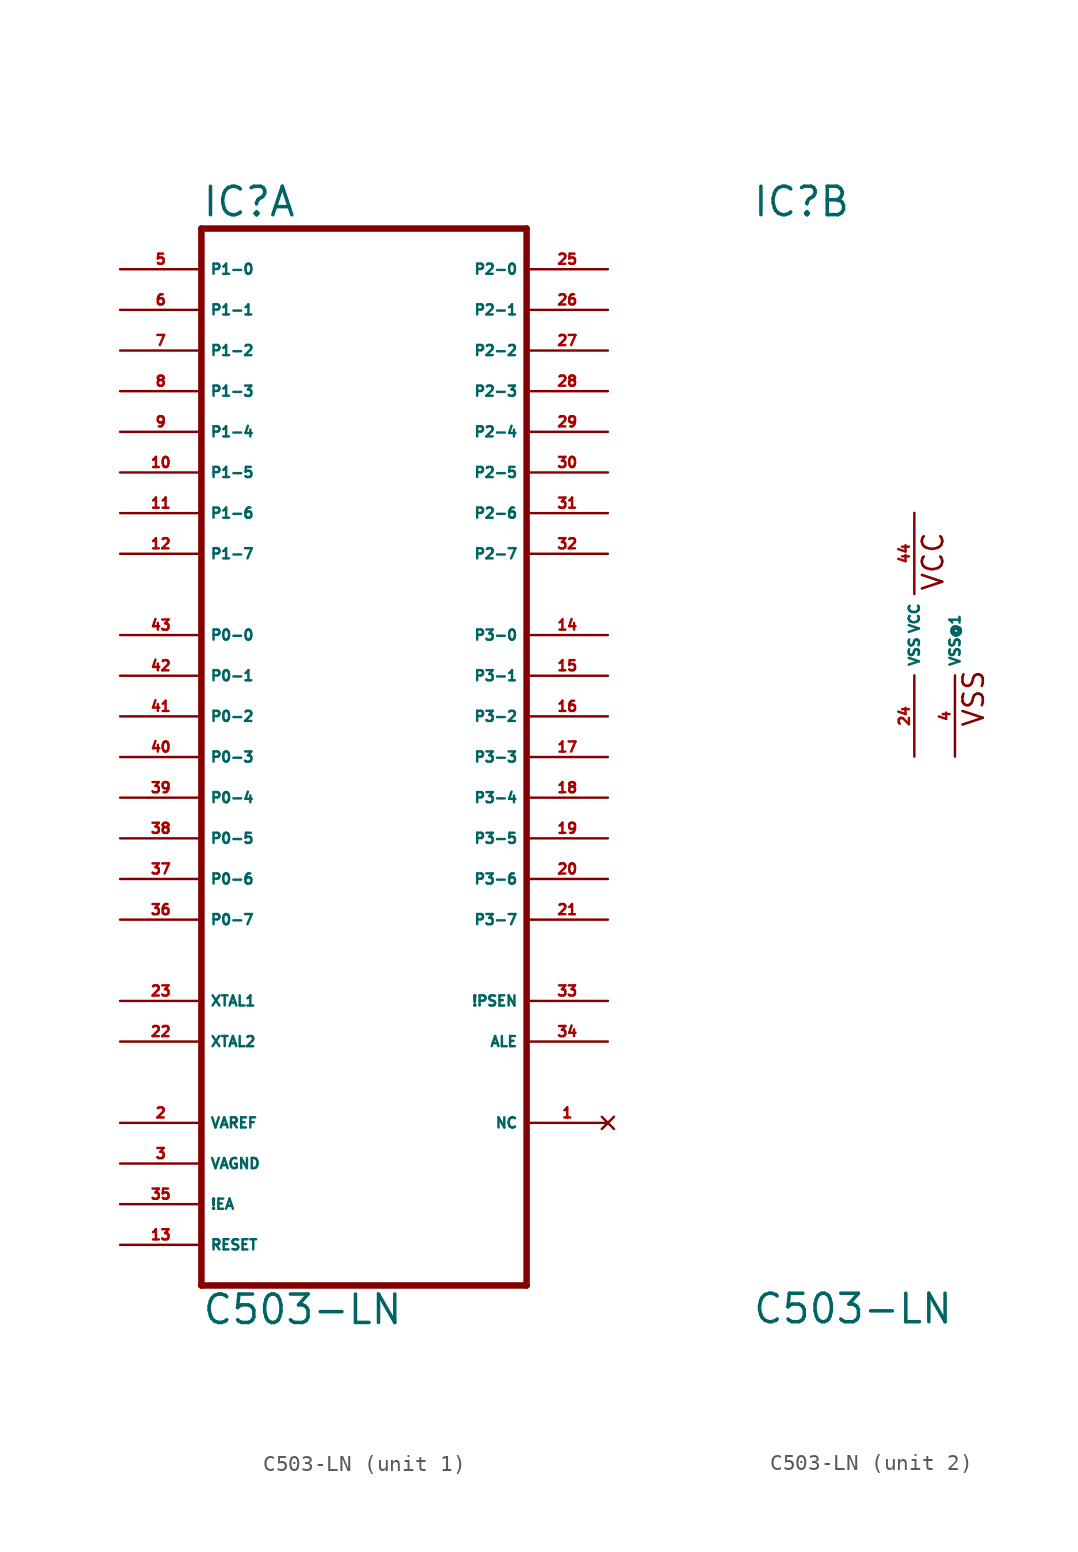
<source format=kicad_sym>
(kicad_symbol_lib
  (version 20220914)
  (generator Eagle2Kicad)
  (symbol "C503-LN"
    (property "Reference" "IC"
      (at -10.16 26.035 0)
      (effects (font (size 1.778 1.778) (thickness 0.22)) (justify left bottom)))
    (property "Value" "C503-LN"
      (at -10.16 -43.18 0)
      (effects (font (size 1.778 1.778) (thickness 0.22)) (justify left bottom)))
    (symbol "C503-LN_1_0"
      (polyline (pts (xy -10.16 -40.64) (xy 10.16 -40.64)) (stroke (width 0.406) (type default)) (fill (type none)))
      (polyline (pts (xy 10.16 -40.64) (xy 10.16 25.4)) (stroke (width 0.406) (type default)) (fill (type none)))
      (polyline (pts (xy 10.16 25.4) (xy -10.16 25.4)) (stroke (width 0.406) (type default)) (fill (type none)))
      (polyline (pts (xy -10.16 25.4) (xy -10.16 -40.64)) (stroke (width 0.406) (type default)) (fill (type none)))
      (pin input line (at -15.24 22.86 0) (length 5.08) (name "P1-0" (effects (font (size 0.635 0.635) (thickness 0.08)) (justify left bottom))) (number "5" (effects (font (size 0.635 0.635) (thickness 0.08)) (justify left bottom))))
      (pin input line (at -15.24 20.32 0) (length 5.08) (name "P1-1" (effects (font (size 0.635 0.635) (thickness 0.08)) (justify left bottom))) (number "6" (effects (font (size 0.635 0.635) (thickness 0.08)) (justify left bottom))))
      (pin input line (at -15.24 17.78 0) (length 5.08) (name "P1-2" (effects (font (size 0.635 0.635) (thickness 0.08)) (justify left bottom))) (number "7" (effects (font (size 0.635 0.635) (thickness 0.08)) (justify left bottom))))
      (pin input line (at -15.24 15.24 0) (length 5.08) (name "P1-3" (effects (font (size 0.635 0.635) (thickness 0.08)) (justify left bottom))) (number "8" (effects (font (size 0.635 0.635) (thickness 0.08)) (justify left bottom))))
      (pin input line (at -15.24 12.7 0) (length 5.08) (name "P1-4" (effects (font (size 0.635 0.635) (thickness 0.08)) (justify left bottom))) (number "9" (effects (font (size 0.635 0.635) (thickness 0.08)) (justify left bottom))))
      (pin input line (at -15.24 10.16 0) (length 5.08) (name "P1-5" (effects (font (size 0.635 0.635) (thickness 0.08)) (justify left bottom))) (number "10" (effects (font (size 0.635 0.635) (thickness 0.08)) (justify left bottom))))
      (pin input line (at -15.24 7.62 0) (length 5.08) (name "P1-6" (effects (font (size 0.635 0.635) (thickness 0.08)) (justify left bottom))) (number "11" (effects (font (size 0.635 0.635) (thickness 0.08)) (justify left bottom))))
      (pin input line (at -15.24 5.08 0) (length 5.08) (name "P1-7" (effects (font (size 0.635 0.635) (thickness 0.08)) (justify left bottom))) (number "12" (effects (font (size 0.635 0.635) (thickness 0.08)) (justify left bottom))))
      (pin bidirectional line (at -15.24 0 0) (length 5.08) (name "P0-0" (effects (font (size 0.635 0.635) (thickness 0.08)) (justify left bottom))) (number "43" (effects (font (size 0.635 0.635) (thickness 0.08)) (justify left bottom))))
      (pin bidirectional line (at -15.24 -2.54 0) (length 5.08) (name "P0-1" (effects (font (size 0.635 0.635) (thickness 0.08)) (justify left bottom))) (number "42" (effects (font (size 0.635 0.635) (thickness 0.08)) (justify left bottom))))
      (pin bidirectional line (at -15.24 -5.08 0) (length 5.08) (name "P0-2" (effects (font (size 0.635 0.635) (thickness 0.08)) (justify left bottom))) (number "41" (effects (font (size 0.635 0.635) (thickness 0.08)) (justify left bottom))))
      (pin bidirectional line (at -15.24 -7.62 0) (length 5.08) (name "P0-3" (effects (font (size 0.635 0.635) (thickness 0.08)) (justify left bottom))) (number "40" (effects (font (size 0.635 0.635) (thickness 0.08)) (justify left bottom))))
      (pin bidirectional line (at -15.24 -10.16 0) (length 5.08) (name "P0-4" (effects (font (size 0.635 0.635) (thickness 0.08)) (justify left bottom))) (number "39" (effects (font (size 0.635 0.635) (thickness 0.08)) (justify left bottom))))
      (pin bidirectional line (at -15.24 -12.7 0) (length 5.08) (name "P0-5" (effects (font (size 0.635 0.635) (thickness 0.08)) (justify left bottom))) (number "38" (effects (font (size 0.635 0.635) (thickness 0.08)) (justify left bottom))))
      (pin bidirectional line (at -15.24 -15.24 0) (length 5.08) (name "P0-6" (effects (font (size 0.635 0.635) (thickness 0.08)) (justify left bottom))) (number "37" (effects (font (size 0.635 0.635) (thickness 0.08)) (justify left bottom))))
      (pin bidirectional line (at -15.24 -17.78 0) (length 5.08) (name "P0-7" (effects (font (size 0.635 0.635) (thickness 0.08)) (justify left bottom))) (number "36" (effects (font (size 0.635 0.635) (thickness 0.08)) (justify left bottom))))
      (pin bidirectional line (at 15.24 22.86 180) (length 5.08) (name "P2-0" (effects (font (size 0.635 0.635) (thickness 0.08)) (justify left bottom))) (number "25" (effects (font (size 0.635 0.635) (thickness 0.08)) (justify left bottom))))
      (pin bidirectional line (at 15.24 20.32 180) (length 5.08) (name "P2-1" (effects (font (size 0.635 0.635) (thickness 0.08)) (justify left bottom))) (number "26" (effects (font (size 0.635 0.635) (thickness 0.08)) (justify left bottom))))
      (pin bidirectional line (at 15.24 17.78 180) (length 5.08) (name "P2-2" (effects (font (size 0.635 0.635) (thickness 0.08)) (justify left bottom))) (number "27" (effects (font (size 0.635 0.635) (thickness 0.08)) (justify left bottom))))
      (pin bidirectional line (at 15.24 15.24 180) (length 5.08) (name "P2-3" (effects (font (size 0.635 0.635) (thickness 0.08)) (justify left bottom))) (number "28" (effects (font (size 0.635 0.635) (thickness 0.08)) (justify left bottom))))
      (pin bidirectional line (at 15.24 12.7 180) (length 5.08) (name "P2-4" (effects (font (size 0.635 0.635) (thickness 0.08)) (justify left bottom))) (number "29" (effects (font (size 0.635 0.635) (thickness 0.08)) (justify left bottom))))
      (pin bidirectional line (at 15.24 10.16 180) (length 5.08) (name "P2-5" (effects (font (size 0.635 0.635) (thickness 0.08)) (justify left bottom))) (number "30" (effects (font (size 0.635 0.635) (thickness 0.08)) (justify left bottom))))
      (pin bidirectional line (at 15.24 7.62 180) (length 5.08) (name "P2-6" (effects (font (size 0.635 0.635) (thickness 0.08)) (justify left bottom))) (number "31" (effects (font (size 0.635 0.635) (thickness 0.08)) (justify left bottom))))
      (pin bidirectional line (at 15.24 5.08 180) (length 5.08) (name "P2-7" (effects (font (size 0.635 0.635) (thickness 0.08)) (justify left bottom))) (number "32" (effects (font (size 0.635 0.635) (thickness 0.08)) (justify left bottom))))
      (pin bidirectional line (at 15.24 0 180) (length 5.08) (name "P3-0" (effects (font (size 0.635 0.635) (thickness 0.08)) (justify left bottom))) (number "14" (effects (font (size 0.635 0.635) (thickness 0.08)) (justify left bottom))))
      (pin bidirectional line (at 15.24 -2.54 180) (length 5.08) (name "P3-1" (effects (font (size 0.635 0.635) (thickness 0.08)) (justify left bottom))) (number "15" (effects (font (size 0.635 0.635) (thickness 0.08)) (justify left bottom))))
      (pin bidirectional line (at 15.24 -5.08 180) (length 5.08) (name "P3-2" (effects (font (size 0.635 0.635) (thickness 0.08)) (justify left bottom))) (number "16" (effects (font (size 0.635 0.635) (thickness 0.08)) (justify left bottom))))
      (pin bidirectional line (at 15.24 -7.62 180) (length 5.08) (name "P3-3" (effects (font (size 0.635 0.635) (thickness 0.08)) (justify left bottom))) (number "17" (effects (font (size 0.635 0.635) (thickness 0.08)) (justify left bottom))))
      (pin bidirectional line (at 15.24 -10.16 180) (length 5.08) (name "P3-4" (effects (font (size 0.635 0.635) (thickness 0.08)) (justify left bottom))) (number "18" (effects (font (size 0.635 0.635) (thickness 0.08)) (justify left bottom))))
      (pin bidirectional line (at 15.24 -12.7 180) (length 5.08) (name "P3-5" (effects (font (size 0.635 0.635) (thickness 0.08)) (justify left bottom))) (number "19" (effects (font (size 0.635 0.635) (thickness 0.08)) (justify left bottom))))
      (pin bidirectional line (at 15.24 -15.24 180) (length 5.08) (name "P3-6" (effects (font (size 0.635 0.635) (thickness 0.08)) (justify left bottom))) (number "20" (effects (font (size 0.635 0.635) (thickness 0.08)) (justify left bottom))))
      (pin bidirectional line (at 15.24 -17.78 180) (length 5.08) (name "P3-7" (effects (font (size 0.635 0.635) (thickness 0.08)) (justify left bottom))) (number "21" (effects (font (size 0.635 0.635) (thickness 0.08)) (justify left bottom))))
      (pin passive line (at -15.24 -22.86 0) (length 5.08) (name "XTAL1" (effects (font (size 0.635 0.635) (thickness 0.08)) (justify left bottom))) (number "23" (effects (font (size 0.635 0.635) (thickness 0.08)) (justify left bottom))))
      (pin passive line (at -15.24 -25.4 0) (length 5.08) (name "XTAL2" (effects (font (size 0.635 0.635) (thickness 0.08)) (justify left bottom))) (number "22" (effects (font (size 0.635 0.635) (thickness 0.08)) (justify left bottom))))
      (pin output line (at 15.24 -22.86 180) (length 5.08) (name "!PSEN" (effects (font (size 0.635 0.635) (thickness 0.08)) (justify left bottom))) (number "33" (effects (font (size 0.635 0.635) (thickness 0.08)) (justify left bottom))))
      (pin output line (at 15.24 -25.4 180) (length 5.08) (name "ALE" (effects (font (size 0.635 0.635) (thickness 0.08)) (justify left bottom))) (number "34" (effects (font (size 0.635 0.635) (thickness 0.08)) (justify left bottom))))
      (pin input line (at -15.24 -35.56 0) (length 5.08) (name "!EA" (effects (font (size 0.635 0.635) (thickness 0.08)) (justify left bottom))) (number "35" (effects (font (size 0.635 0.635) (thickness 0.08)) (justify left bottom))))
      (pin input line (at -15.24 -38.1 0) (length 5.08) (name "RESET" (effects (font (size 0.635 0.635) (thickness 0.08)) (justify left bottom))) (number "13" (effects (font (size 0.635 0.635) (thickness 0.08)) (justify left bottom))))
      (pin passive line (at -15.24 -30.48 0) (length 5.08) (name "VAREF" (effects (font (size 0.635 0.635) (thickness 0.08)) (justify left bottom))) (number "2" (effects (font (size 0.635 0.635) (thickness 0.08)) (justify left bottom))))
      (pin passive line (at -15.24 -33.02 0) (length 5.08) (name "VAGND" (effects (font (size 0.635 0.635) (thickness 0.08)) (justify left bottom))) (number "3" (effects (font (size 0.635 0.635) (thickness 0.08)) (justify left bottom))))
      (pin no_connect line (at 15.24 -30.48 180) (length 5.08) (name "NC" (effects (font (size 0.635 0.635) (thickness 0.08)) (justify left bottom) hide)) (number "1" (effects (font (size 0.635 0.635) (thickness 0.08)) (justify left bottom) hide))))
    (symbol "C503-LN_2_0"
      (text "VCC" (at 1.905 2.667 900) (effects (font (size 1.27 1.27) (thickness 0.16)) (justify left bottom)))
      (text "VSS" (at 4.445 -5.842 900) (effects (font (size 1.27 1.27) (thickness 0.16)) (justify left bottom)))
      (pin unspecified line (at 0 7.62 270) (length 5.08) (name "VCC" (effects (font (size 0.635 0.635) (thickness 0.08)) (justify left bottom))) (number "44" (effects (font (size 0.635 0.635) (thickness 0.08)) (justify left bottom))))
      (pin unspecified line (at 2.54 -7.62 90) (length 5.08) (name "VSS@1" (effects (font (size 0.635 0.635) (thickness 0.08)) (justify left bottom))) (number "4" (effects (font (size 0.635 0.635) (thickness 0.08)) (justify left bottom))))
      (pin unspecified line (at 0 -7.62 90) (length 5.08) (name "VSS" (effects (font (size 0.635 0.635) (thickness 0.08)) (justify left bottom))) (number "24" (effects (font (size 0.635 0.635) (thickness 0.08)) (justify left bottom)))))))
</source>
